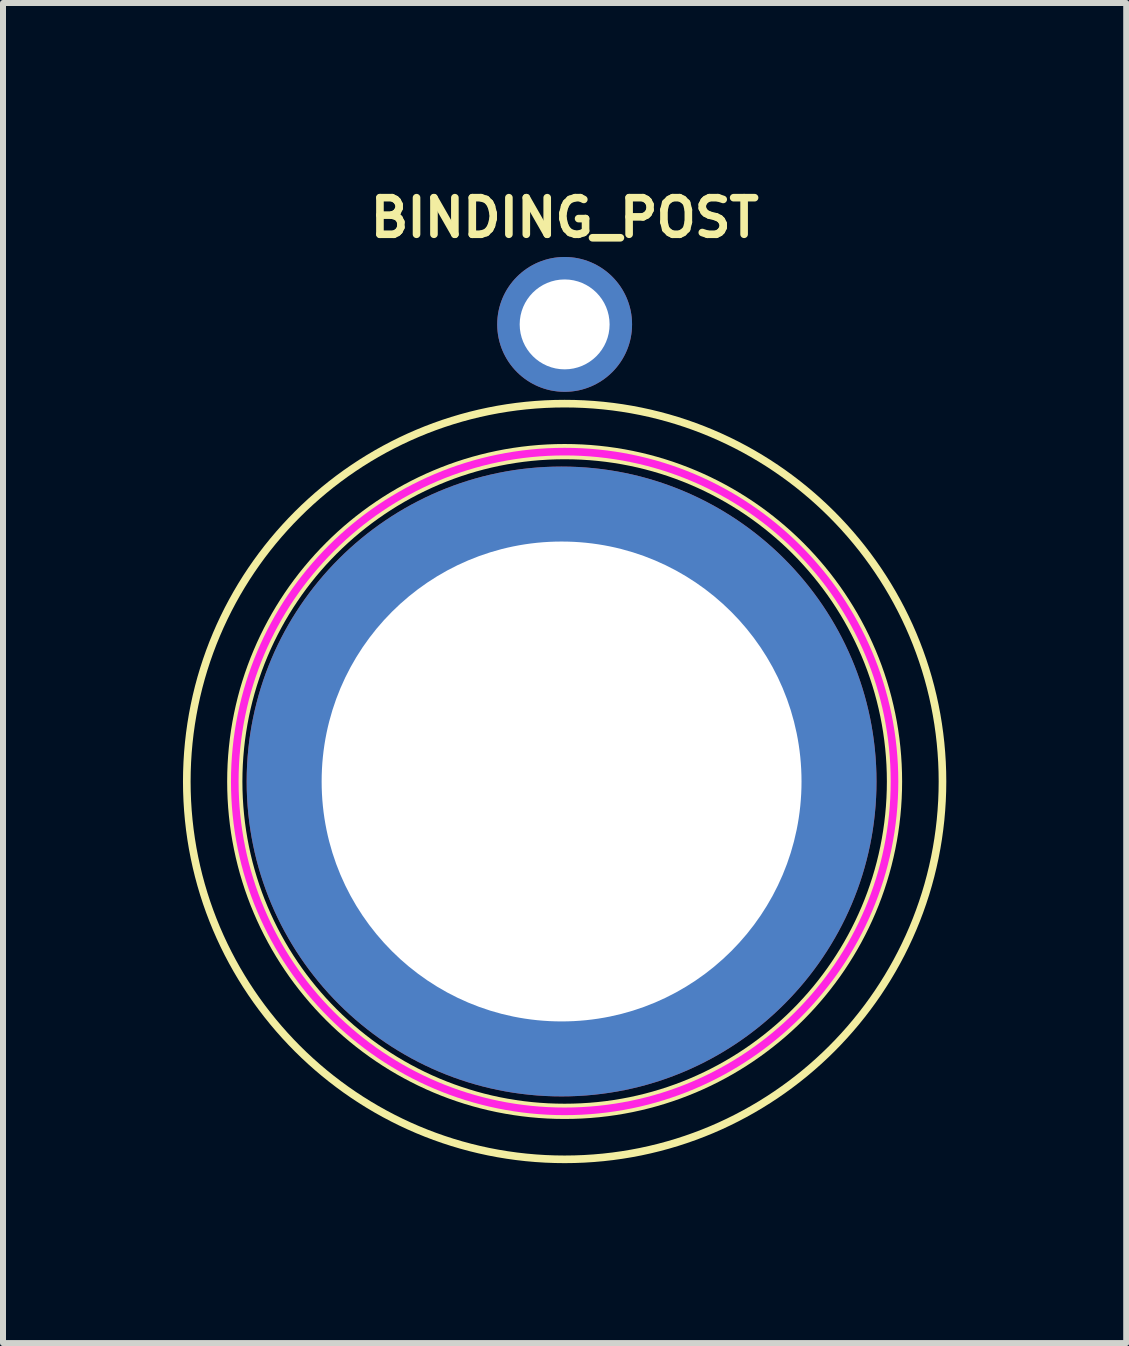
<source format=kicad_pcb>
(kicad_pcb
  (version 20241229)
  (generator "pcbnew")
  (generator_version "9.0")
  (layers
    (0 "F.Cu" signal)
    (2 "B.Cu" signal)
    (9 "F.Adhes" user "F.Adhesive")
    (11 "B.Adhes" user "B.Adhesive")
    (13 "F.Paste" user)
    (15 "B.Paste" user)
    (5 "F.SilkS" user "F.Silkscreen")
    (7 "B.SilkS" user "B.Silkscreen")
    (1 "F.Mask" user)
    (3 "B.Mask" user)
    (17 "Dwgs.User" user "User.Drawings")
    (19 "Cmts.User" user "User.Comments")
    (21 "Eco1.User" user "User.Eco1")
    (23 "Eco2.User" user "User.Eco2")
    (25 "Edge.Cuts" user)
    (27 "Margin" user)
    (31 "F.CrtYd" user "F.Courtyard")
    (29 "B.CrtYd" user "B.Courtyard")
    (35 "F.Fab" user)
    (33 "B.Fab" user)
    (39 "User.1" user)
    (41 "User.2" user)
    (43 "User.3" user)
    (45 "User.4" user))
  (footprint "BINDING_POST"
    (layer "F.Cu")
    (at 6.363 9.978)
    (property "Reference" "BINDING_POST" (at 0 -9.398 0) (layer "F.SilkS") (effects (font (size 0.61 0.61) (thickness 0.127))))
    (attr exclude_from_pos_files exclude_from_bom)
    (fp_circle (center 0 0) (end 0 -6.299) (stroke (width 0.127) (type solid)) (fill no) (layer "F.SilkS"))
    (fp_circle (center 0 0) (end 0 -5.499) (stroke (width 0.254) (type solid)) (fill no) (layer "F.SilkS"))
    (fp_circle (center 0 0) (end 0 -5.499) (stroke (width 0.127) (type solid)) (fill no) (layer "F.CrtYd"))
    (pad "P$1" thru_hole circle (at -0.051 0) (size 10.5 10.5) (drill 8) (layers "*.Cu" "*.Mask"))
    (pad "P$1" thru_hole circle (at 0 -7.62) (size 2.248 2.248) (drill 1.499) (layers "*.Cu" "*.Mask")))
  (gr_rect
    (start -3 -3)
    (end 15.725 19.34)
    (stroke (width 0.1) (type default))
    (fill no)
    (layer "Edge.Cuts")))
</source>
